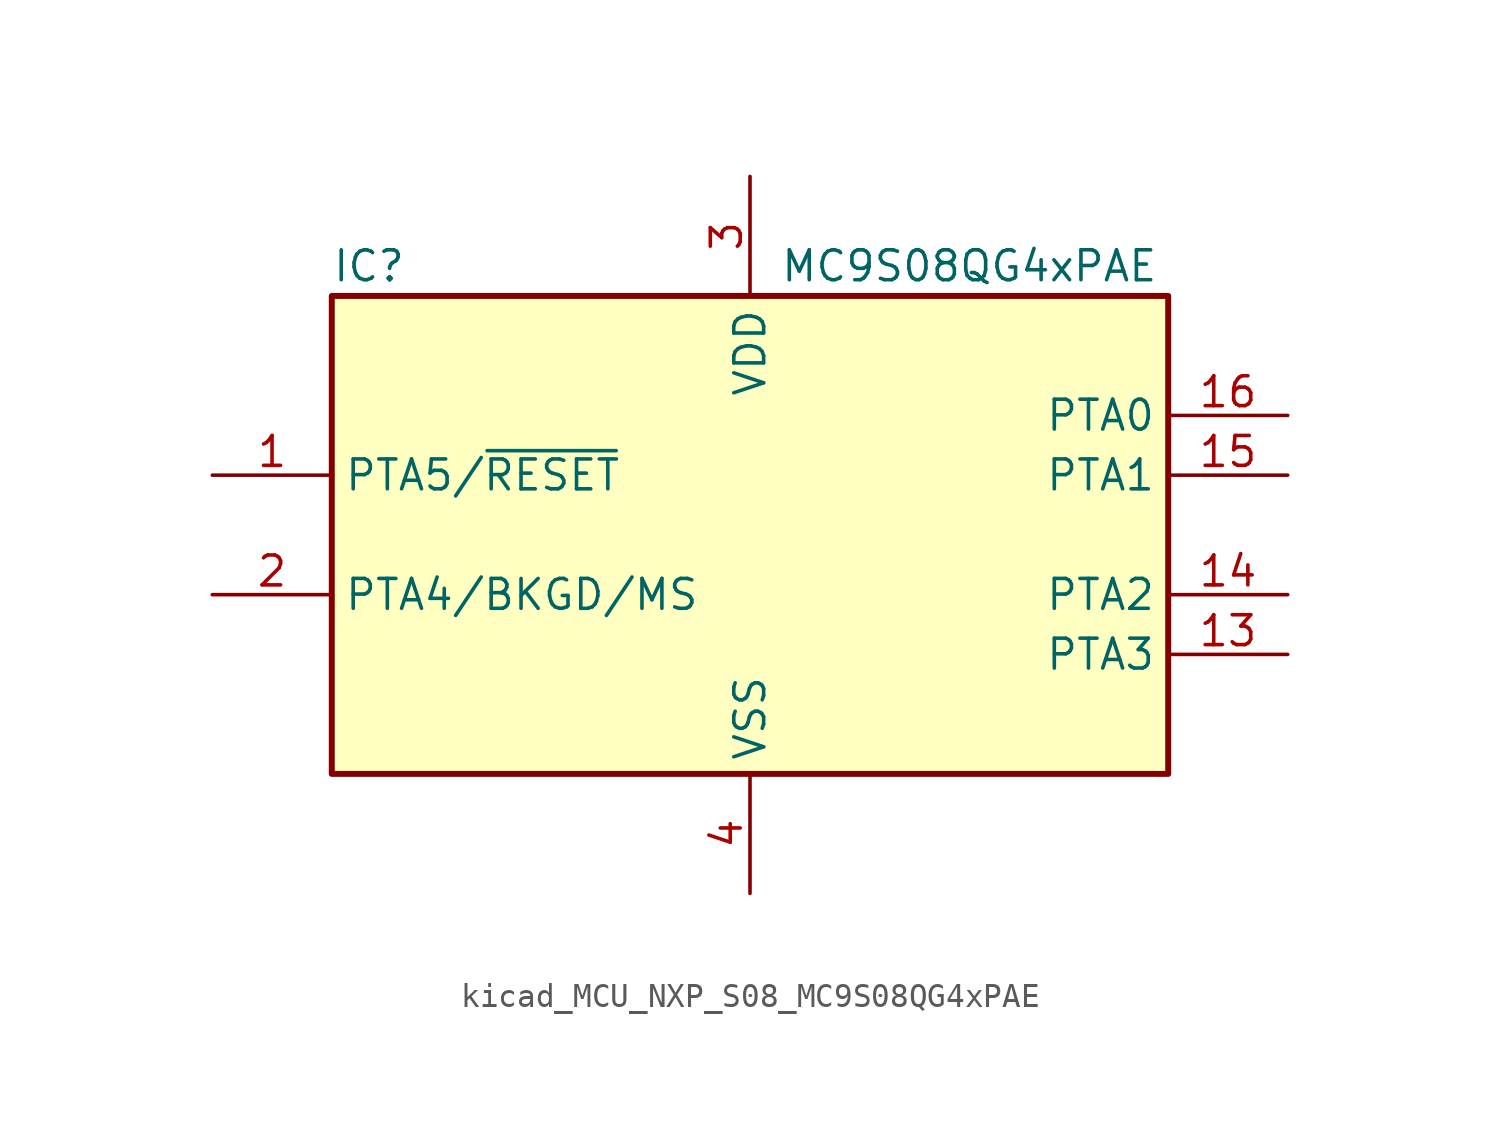
<source format=kicad_sym>
(kicad_symbol_lib
  (version 20220914)
  (generator kicad_symbol_editor)
  (symbol "kicad_MCU_NXP_S08_MC9S08QG4xPAE"
    (property "Reference" "IC"
      (at -17.78 11.43 0)
      (effects (font (size 1.27 1.27)) (justify left)))
    (property "Value" "MC9S08QG4xPAE"
      (at 1.27 11.43 0)
      (effects (font (size 1.27 1.27)) (justify left)))
    (symbol "kicad_MCU_NXP_S08_MC9S08QG4xPAE_0_1"
      (rectangle (start -17.78 10.16) (end 17.78 -10.16) (stroke (width 0.254) (type default)) (fill (type background))))
    (symbol "kicad_MCU_NXP_S08_MC9S08QG4xPAE_1_1"
      (pin bidirectional line (at -22.86 2.54 0) (length 5.08) (name "PTA5/~{RESET}" (effects (font (size 1.27 1.27)))) (number "1" (effects (font (size 1.27 1.27)))))
      (pin bidirectional line (at 22.86 -5.08 180) (length 5.08) (name "PTA3" (effects (font (size 1.27 1.27)))) (number "13" (effects (font (size 1.27 1.27)))))
      (pin bidirectional line (at 22.86 -2.54 180) (length 5.08) (name "PTA2" (effects (font (size 1.27 1.27)))) (number "14" (effects (font (size 1.27 1.27)))))
      (pin bidirectional line (at 22.86 2.54 180) (length 5.08) (name "PTA1" (effects (font (size 1.27 1.27)))) (number "15" (effects (font (size 1.27 1.27)))))
      (pin bidirectional line (at 22.86 5.08 180) (length 5.08) (name "PTA0" (effects (font (size 1.27 1.27)))) (number "16" (effects (font (size 1.27 1.27)))))
      (pin bidirectional line (at -22.86 -2.54 0) (length 5.08) (name "PTA4/BKGD/MS" (effects (font (size 1.27 1.27)))) (number "2" (effects (font (size 1.27 1.27)))))
      (pin power_in line (at 0 15.24 270) (length 5.08) (name "VDD" (effects (font (size 1.27 1.27)))) (number "3" (effects (font (size 1.27 1.27)))))
      (pin power_in line (at 0 -15.24 90) (length 5.08) (name "VSS" (effects (font (size 1.27 1.27)))) (number "4" (effects (font (size 1.27 1.27))))))))
</source>
